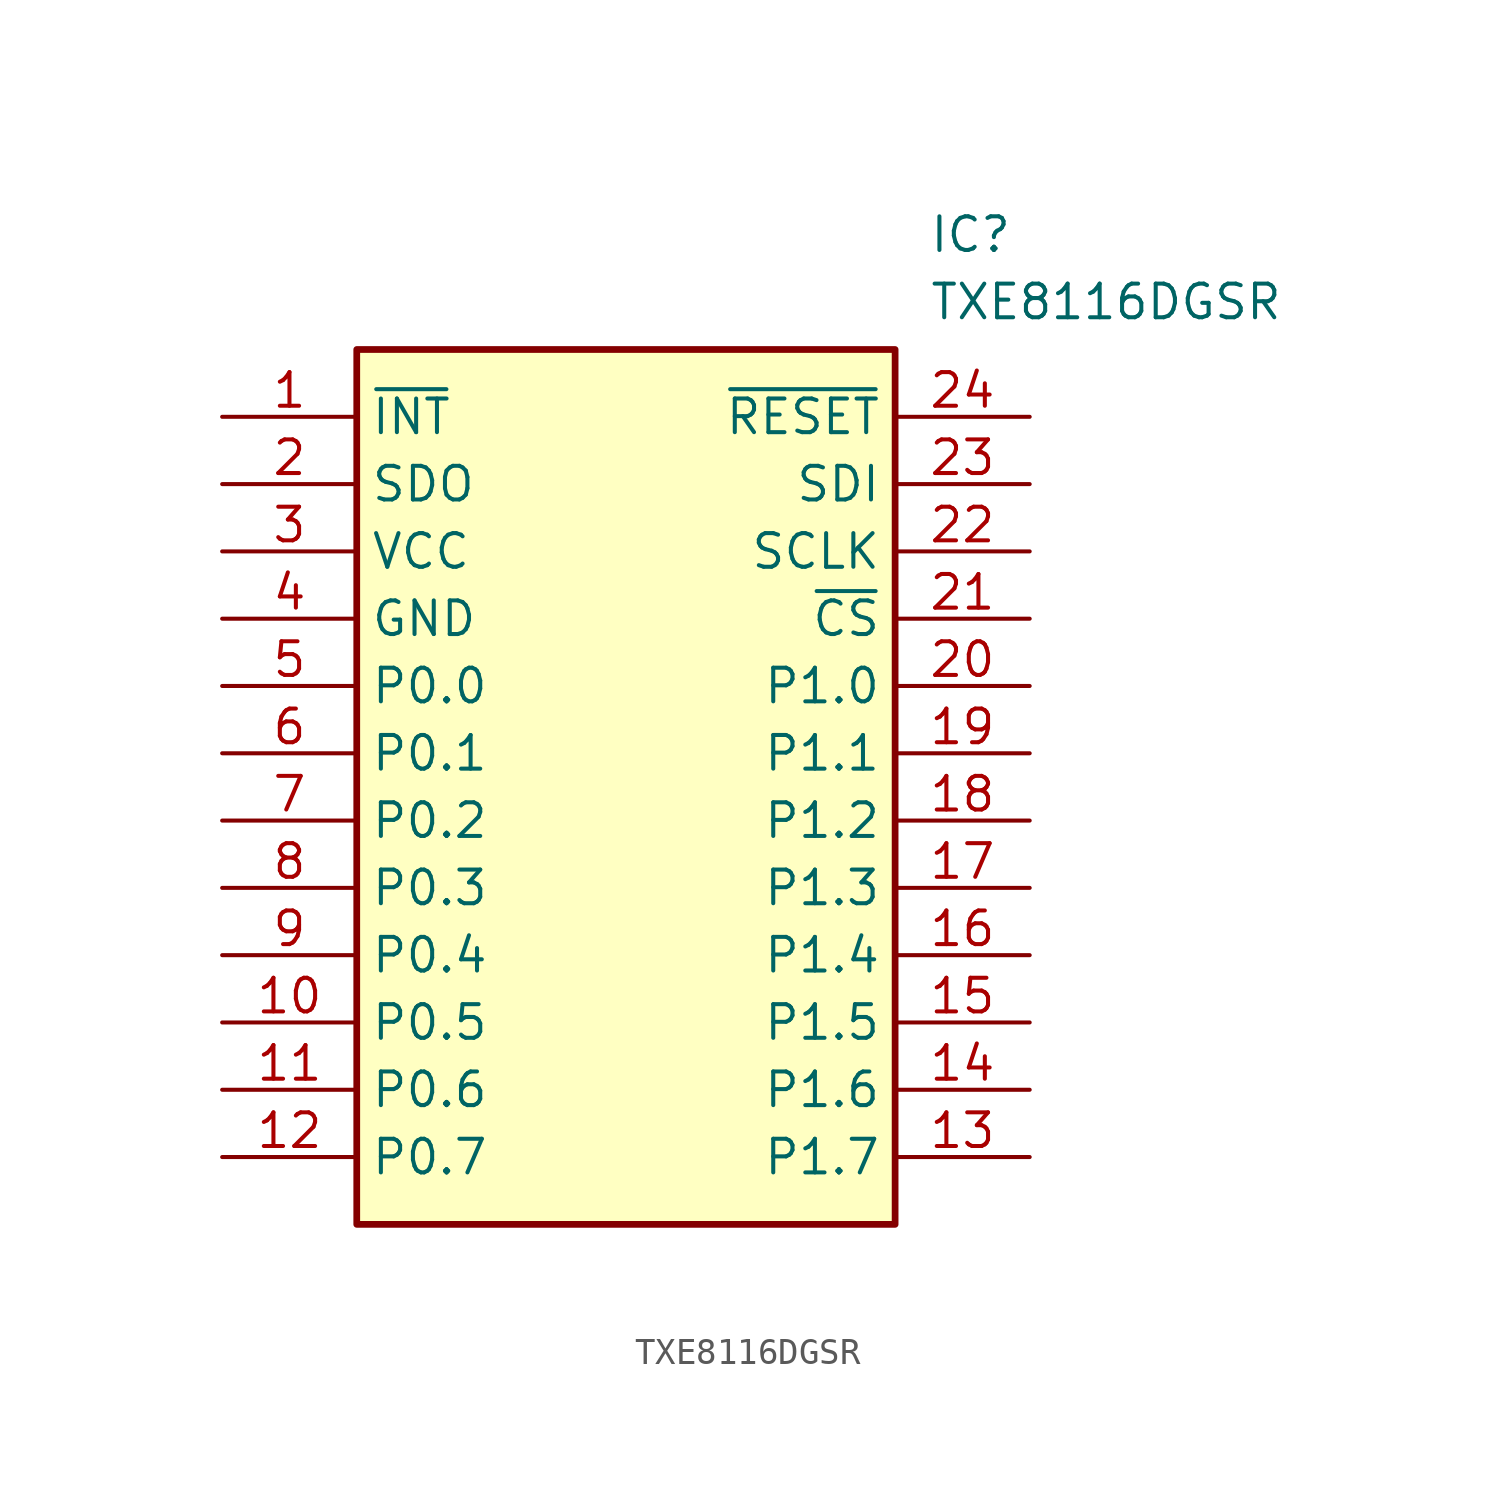
<source format=kicad_sym>
(kicad_symbol_lib
  (version 20211014)
  (generator SamacSys_ECAD_Model)
  (symbol "TXE8116DGSR"
    (property "Reference" "IC"
      (at 26.67 7.62 0)
      (effects (font (size 1.27 1.27)) (justify left top)))
    (property "Value" "TXE8116DGSR"
      (at 26.67 5.08 0)
      (effects (font (size 1.27 1.27)) (justify left top)))
    (rectangle
      (start 5.08 2.54)
      (end 25.4 -30.48)
      (stroke (width 0.254) (type default))
      (fill (type background)))
    (pin passive line
      (at 0 0 0)
      (length 5.08)
      (name "~{INT}" (effects (font (size 1.27 1.27))))
      (number "1" (effects (font (size 1.27 1.27)))))
    (pin passive line
      (at 0 -2.54 0)
      (length 5.08)
      (name "SDO" (effects (font (size 1.27 1.27))))
      (number "2" (effects (font (size 1.27 1.27)))))
    (pin passive line
      (at 0 -5.08 0)
      (length 5.08)
      (name "VCC" (effects (font (size 1.27 1.27))))
      (number "3" (effects (font (size 1.27 1.27)))))
    (pin passive line
      (at 0 -7.62 0)
      (length 5.08)
      (name "GND" (effects (font (size 1.27 1.27))))
      (number "4" (effects (font (size 1.27 1.27)))))
    (pin passive line
      (at 0 -10.16 0)
      (length 5.08)
      (name "P0.0" (effects (font (size 1.27 1.27))))
      (number "5" (effects (font (size 1.27 1.27)))))
    (pin passive line
      (at 0 -12.7 0)
      (length 5.08)
      (name "P0.1" (effects (font (size 1.27 1.27))))
      (number "6" (effects (font (size 1.27 1.27)))))
    (pin passive line
      (at 0 -15.24 0)
      (length 5.08)
      (name "P0.2" (effects (font (size 1.27 1.27))))
      (number "7" (effects (font (size 1.27 1.27)))))
    (pin passive line
      (at 0 -17.78 0)
      (length 5.08)
      (name "P0.3" (effects (font (size 1.27 1.27))))
      (number "8" (effects (font (size 1.27 1.27)))))
    (pin passive line
      (at 0 -20.32 0)
      (length 5.08)
      (name "P0.4" (effects (font (size 1.27 1.27))))
      (number "9" (effects (font (size 1.27 1.27)))))
    (pin passive line
      (at 0 -22.86 0)
      (length 5.08)
      (name "P0.5" (effects (font (size 1.27 1.27))))
      (number "10" (effects (font (size 1.27 1.27)))))
    (pin passive line
      (at 0 -25.4 0)
      (length 5.08)
      (name "P0.6" (effects (font (size 1.27 1.27))))
      (number "11" (effects (font (size 1.27 1.27)))))
    (pin passive line
      (at 0 -27.94 0)
      (length 5.08)
      (name "P0.7" (effects (font (size 1.27 1.27))))
      (number "12" (effects (font (size 1.27 1.27)))))
    (pin passive line
      (at 30.48 0 180)
      (length 5.08)
      (name "~{RESET}" (effects (font (size 1.27 1.27))))
      (number "24" (effects (font (size 1.27 1.27)))))
    (pin passive line
      (at 30.48 -2.54 180)
      (length 5.08)
      (name "SDI" (effects (font (size 1.27 1.27))))
      (number "23" (effects (font (size 1.27 1.27)))))
    (pin passive line
      (at 30.48 -5.08 180)
      (length 5.08)
      (name "SCLK" (effects (font (size 1.27 1.27))))
      (number "22" (effects (font (size 1.27 1.27)))))
    (pin passive line
      (at 30.48 -7.62 180)
      (length 5.08)
      (name "~{CS}" (effects (font (size 1.27 1.27))))
      (number "21" (effects (font (size 1.27 1.27)))))
    (pin passive line
      (at 30.48 -10.16 180)
      (length 5.08)
      (name "P1.0" (effects (font (size 1.27 1.27))))
      (number "20" (effects (font (size 1.27 1.27)))))
    (pin passive line
      (at 30.48 -12.7 180)
      (length 5.08)
      (name "P1.1" (effects (font (size 1.27 1.27))))
      (number "19" (effects (font (size 1.27 1.27)))))
    (pin passive line
      (at 30.48 -15.24 180)
      (length 5.08)
      (name "P1.2" (effects (font (size 1.27 1.27))))
      (number "18" (effects (font (size 1.27 1.27)))))
    (pin passive line
      (at 30.48 -17.78 180)
      (length 5.08)
      (name "P1.3" (effects (font (size 1.27 1.27))))
      (number "17" (effects (font (size 1.27 1.27)))))
    (pin passive line
      (at 30.48 -20.32 180)
      (length 5.08)
      (name "P1.4" (effects (font (size 1.27 1.27))))
      (number "16" (effects (font (size 1.27 1.27)))))
    (pin passive line
      (at 30.48 -22.86 180)
      (length 5.08)
      (name "P1.5" (effects (font (size 1.27 1.27))))
      (number "15" (effects (font (size 1.27 1.27)))))
    (pin passive line
      (at 30.48 -25.4 180)
      (length 5.08)
      (name "P1.6" (effects (font (size 1.27 1.27))))
      (number "14" (effects (font (size 1.27 1.27)))))
    (pin passive line
      (at 30.48 -27.94 180)
      (length 5.08)
      (name "P1.7" (effects (font (size 1.27 1.27))))
      (number "13" (effects (font (size 1.27 1.27)))))))
</source>
